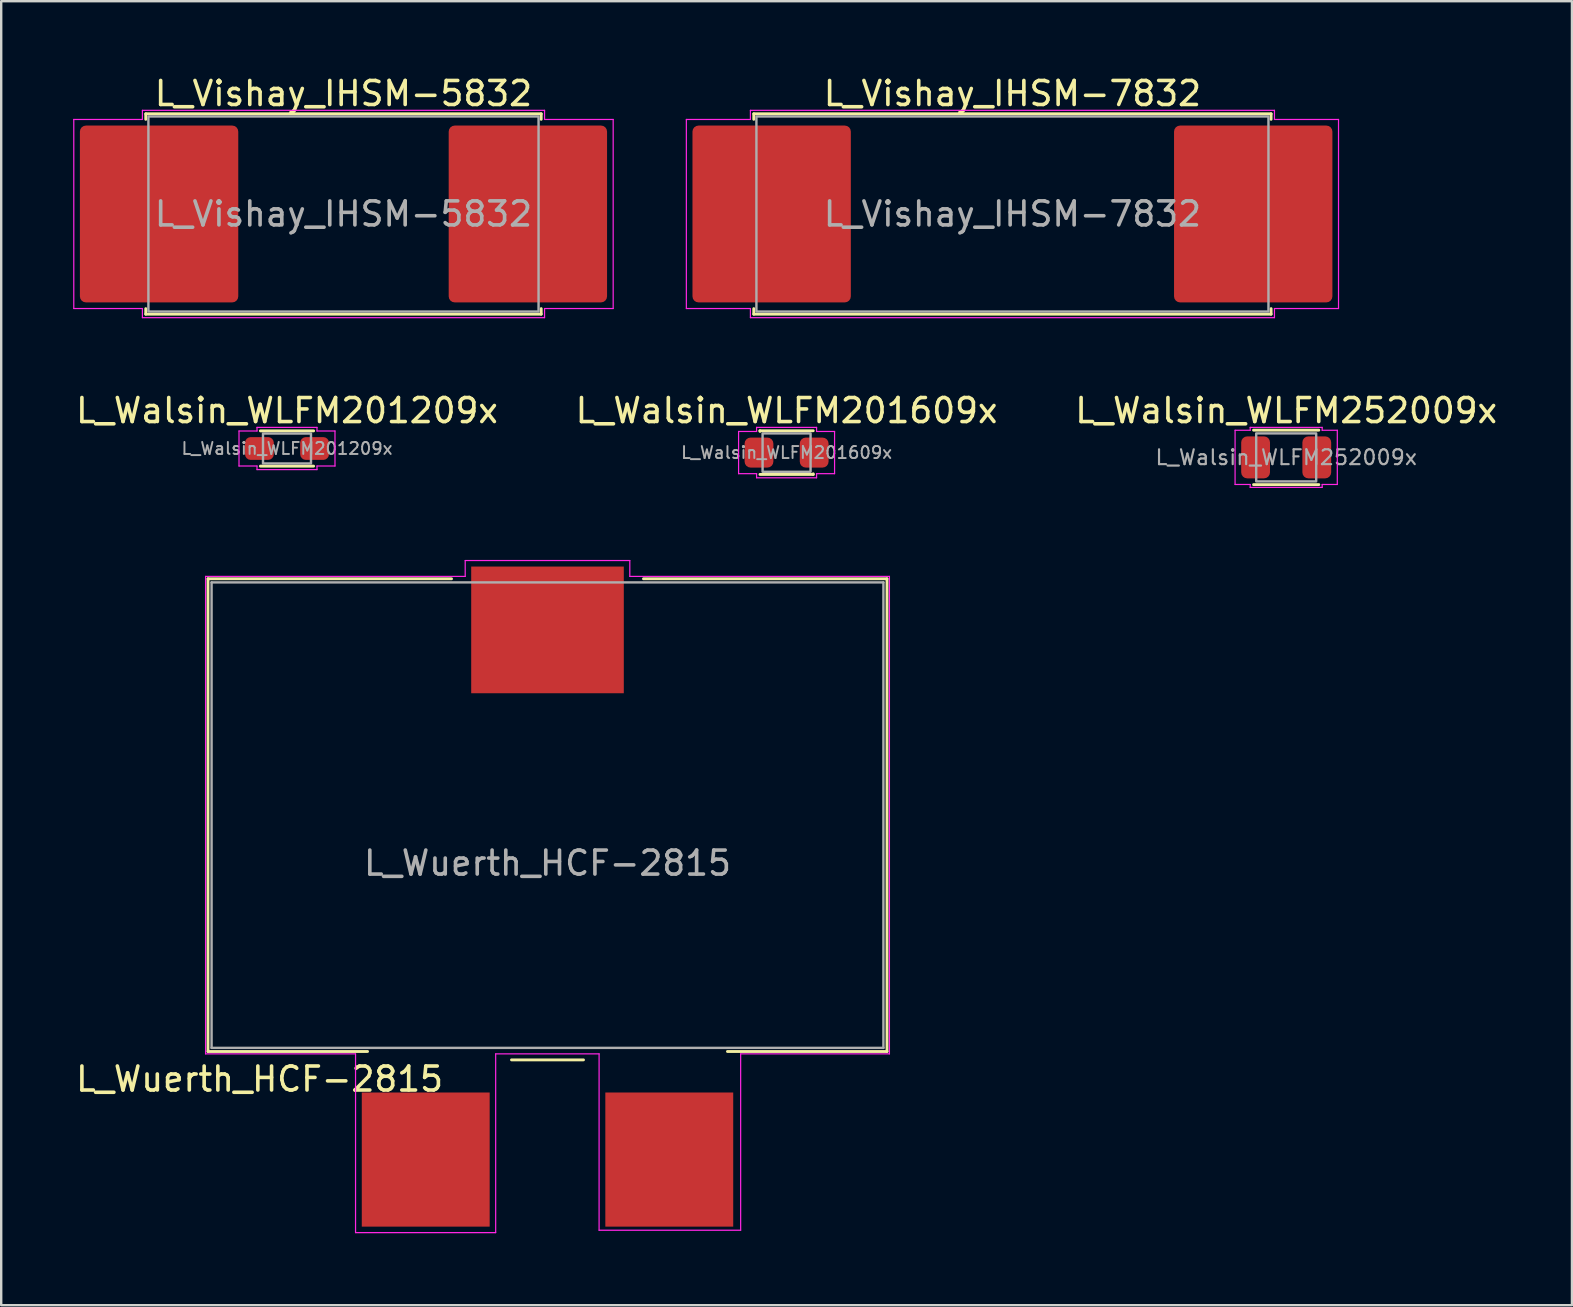
<source format=kicad_pcb>
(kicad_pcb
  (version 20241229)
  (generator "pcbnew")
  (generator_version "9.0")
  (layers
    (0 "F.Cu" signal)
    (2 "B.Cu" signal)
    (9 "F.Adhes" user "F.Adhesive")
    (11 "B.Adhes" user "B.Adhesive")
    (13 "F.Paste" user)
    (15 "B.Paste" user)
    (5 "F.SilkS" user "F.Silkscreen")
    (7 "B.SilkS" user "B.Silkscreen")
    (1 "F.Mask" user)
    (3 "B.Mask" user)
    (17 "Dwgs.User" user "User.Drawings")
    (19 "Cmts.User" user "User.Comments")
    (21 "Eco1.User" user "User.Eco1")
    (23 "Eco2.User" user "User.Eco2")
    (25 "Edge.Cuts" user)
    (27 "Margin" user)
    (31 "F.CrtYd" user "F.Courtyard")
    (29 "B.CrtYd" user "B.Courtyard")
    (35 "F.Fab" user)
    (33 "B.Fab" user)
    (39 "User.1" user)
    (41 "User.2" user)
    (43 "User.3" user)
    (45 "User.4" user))
  (footprint "L_Walsin_WLFM252009x"
    (layer "F.Cu")
    (at 50.554 16.012)
    (property "Reference" "L_Walsin_WLFM252009x" (at 0 -1.95 0) (layer "F.SilkS") (effects (font (size 1 1) (thickness 0.15))))
    (attr smd)
    (fp_line (start -1.36 -1.135) (end 1.36 -1.135) (stroke (width 0.12) (type solid)) (layer "F.SilkS"))
    (fp_line (start 1.36 1.135) (end -1.36 1.135) (stroke (width 0.12) (type solid)) (layer "F.SilkS"))
    (fp_line (start -2.13 -1.13) (end -1.5 -1.13) (stroke (width 0.05) (type solid)) (layer "F.CrtYd"))
    (fp_line (start -2.13 1.13) (end -2.13 -1.13) (stroke (width 0.05) (type solid)) (layer "F.CrtYd"))
    (fp_line (start -1.5 -1.25) (end 1.5 -1.25) (stroke (width 0.05) (type solid)) (layer "F.CrtYd"))
    (fp_line (start -1.5 -1.13) (end -1.5 -1.25) (stroke (width 0.05) (type solid)) (layer "F.CrtYd"))
    (fp_line (start -1.5 1.13) (end -2.13 1.13) (stroke (width 0.05) (type solid)) (layer "F.CrtYd"))
    (fp_line (start -1.5 1.25) (end -1.5 1.13) (stroke (width 0.05) (type solid)) (layer "F.CrtYd"))
    (fp_line (start 1.5 -1.25) (end 1.5 -1.13) (stroke (width 0.05) (type solid)) (layer "F.CrtYd"))
    (fp_line (start 1.5 -1.13) (end 2.13 -1.13) (stroke (width 0.05) (type solid)) (layer "F.CrtYd"))
    (fp_line (start 1.5 1.13) (end 1.5 1.25) (stroke (width 0.05) (type solid)) (layer "F.CrtYd"))
    (fp_line (start 1.5 1.25) (end -1.5 1.25) (stroke (width 0.05) (type solid)) (layer "F.CrtYd"))
    (fp_line (start 2.13 -1.13) (end 2.13 1.13) (stroke (width 0.05) (type solid)) (layer "F.CrtYd"))
    (fp_line (start 2.13 1.13) (end 1.5 1.13) (stroke (width 0.05) (type solid)) (layer "F.CrtYd"))
    (fp_rect (start -1.25 -1) (end 1.25 1) (stroke (width 0.1) (type solid)) (fill no) (layer "F.Fab"))
    (fp_text user "${REFERENCE}" (at 0 0 0) (layer "F.Fab") (effects (font (size 0.62 0.62) (thickness 0.09))))
    (pad "1" smd roundrect (at -1.275 0) (size 1.2 1.75) (layers "F.Cu" "F.Mask" "F.Paste") (roundrect_rratio 0.208))
    (pad "2" smd roundrect (at 1.275 0) (size 1.2 1.75) (layers "F.Cu" "F.Mask" "F.Paste") (roundrect_rratio 0.208)))
  (footprint "L_Vishay_IHSM-5832"
    (layer "F.Cu")
    (at 11.265 5.868)
    (property "Reference" "L_Vishay_IHSM-5832" (at 0 -5.02 0) (layer "F.SilkS") (effects (font (size 1 1) (thickness 0.15))))
    (attr smd)
    (fp_line (start -8.24 -4.175) (end 8.24 -4.175) (stroke (width 0.12) (type solid)) (layer "F.SilkS"))
    (fp_line (start -8.24 -3.945) (end -8.24 -4.175) (stroke (width 0.12) (type solid)) (layer "F.SilkS"))
    (fp_line (start -8.24 4.175) (end -8.24 3.945) (stroke (width 0.12) (type solid)) (layer "F.SilkS"))
    (fp_line (start 8.24 -4.175) (end 8.24 -3.945) (stroke (width 0.12) (type solid)) (layer "F.SilkS"))
    (fp_line (start 8.24 3.945) (end 8.24 4.175) (stroke (width 0.12) (type solid)) (layer "F.SilkS"))
    (fp_line (start 8.24 4.175) (end -8.24 4.175) (stroke (width 0.12) (type solid)) (layer "F.SilkS"))
    (fp_line (start -11.24 -3.94) (end -8.38 -3.94) (stroke (width 0.05) (type solid)) (layer "F.CrtYd"))
    (fp_line (start -11.24 3.94) (end -11.24 -3.94) (stroke (width 0.05) (type solid)) (layer "F.CrtYd"))
    (fp_line (start -8.38 -4.32) (end 8.38 -4.32) (stroke (width 0.05) (type solid)) (layer "F.CrtYd"))
    (fp_line (start -8.38 -3.94) (end -8.38 -4.32) (stroke (width 0.05) (type solid)) (layer "F.CrtYd"))
    (fp_line (start -8.38 3.94) (end -11.24 3.94) (stroke (width 0.05) (type solid)) (layer "F.CrtYd"))
    (fp_line (start -8.38 4.32) (end -8.38 3.94) (stroke (width 0.05) (type solid)) (layer "F.CrtYd"))
    (fp_line (start 8.38 -4.32) (end 8.38 -3.94) (stroke (width 0.05) (type solid)) (layer "F.CrtYd"))
    (fp_line (start 8.38 -3.94) (end 11.24 -3.94) (stroke (width 0.05) (type solid)) (layer "F.CrtYd"))
    (fp_line (start 8.38 3.94) (end 8.38 4.32) (stroke (width 0.05) (type solid)) (layer "F.CrtYd"))
    (fp_line (start 8.38 4.32) (end -8.38 4.32) (stroke (width 0.05) (type solid)) (layer "F.CrtYd"))
    (fp_line (start 11.24 -3.94) (end 11.24 3.94) (stroke (width 0.05) (type solid)) (layer "F.CrtYd"))
    (fp_line (start 11.24 3.94) (end 8.38 3.94) (stroke (width 0.05) (type solid)) (layer "F.CrtYd"))
    (fp_rect (start -8.13 -4.065) (end 8.13 4.065) (stroke (width 0.1) (type solid)) (fill no) (layer "F.Fab"))
    (fp_text user "${REFERENCE}" (at 0 0 0) (layer "F.Fab") (effects (font (size 1 1) (thickness 0.15))))
    (pad "1" smd roundrect (at -7.685 0) (size 6.6 7.37) (layers "F.Cu" "F.Mask" "F.Paste") (roundrect_rratio 0.038))
    (pad "2" smd roundrect (at 7.685 0) (size 6.6 7.37) (layers "F.Cu" "F.Mask" "F.Paste") (roundrect_rratio 0.038)))
  (footprint "L_Walsin_WLFM201609x"
    (layer "F.Cu")
    (at 29.732 15.812)
    (property "Reference" "L_Walsin_WLFM201609x" (at 0 -1.75 0) (layer "F.SilkS") (effects (font (size 1 1) (thickness 0.15))))
    (attr smd)
    (fp_line (start -1.11 -0.91) (end 1.11 -0.91) (stroke (width 0.12) (type solid)) (layer "F.SilkS"))
    (fp_line (start -1.11 -0.885) (end -1.11 -0.91) (stroke (width 0.12) (type solid)) (layer "F.SilkS"))
    (fp_line (start 1.11 0.885) (end 1.11 0.91) (stroke (width 0.12) (type solid)) (layer "F.SilkS"))
    (fp_line (start 1.11 0.91) (end -1.11 0.91) (stroke (width 0.12) (type solid)) (layer "F.SilkS"))
    (fp_line (start -2 -0.88) (end -1.25 -0.88) (stroke (width 0.05) (type solid)) (layer "F.CrtYd"))
    (fp_line (start -2 0.88) (end -2 -0.88) (stroke (width 0.05) (type solid)) (layer "F.CrtYd"))
    (fp_line (start -1.25 -1.05) (end 1.25 -1.05) (stroke (width 0.05) (type solid)) (layer "F.CrtYd"))
    (fp_line (start -1.25 -0.88) (end -1.25 -1.05) (stroke (width 0.05) (type solid)) (layer "F.CrtYd"))
    (fp_line (start -1.25 0.88) (end -2 0.88) (stroke (width 0.05) (type solid)) (layer "F.CrtYd"))
    (fp_line (start -1.25 1.05) (end -1.25 0.88) (stroke (width 0.05) (type solid)) (layer "F.CrtYd"))
    (fp_line (start 1.25 -1.05) (end 1.25 -0.88) (stroke (width 0.05) (type solid)) (layer "F.CrtYd"))
    (fp_line (start 1.25 -0.88) (end 2 -0.88) (stroke (width 0.05) (type solid)) (layer "F.CrtYd"))
    (fp_line (start 1.25 0.88) (end 1.25 1.05) (stroke (width 0.05) (type solid)) (layer "F.CrtYd"))
    (fp_line (start 1.25 1.05) (end -1.25 1.05) (stroke (width 0.05) (type solid)) (layer "F.CrtYd"))
    (fp_line (start 2 -0.88) (end 2 0.88) (stroke (width 0.05) (type solid)) (layer "F.CrtYd"))
    (fp_line (start 2 0.88) (end 1.25 0.88) (stroke (width 0.05) (type solid)) (layer "F.CrtYd"))
    (fp_rect (start -1 -0.8) (end 1 0.8) (stroke (width 0.1) (type solid)) (fill no) (layer "F.Fab"))
    (fp_text user "${REFERENCE}" (at 0 0 0) (layer "F.Fab") (effects (font (size 0.5 0.5) (thickness 0.08))))
    (pad "1" smd roundrect (at -1.15 0) (size 1.2 1.25) (layers "F.Cu" "F.Mask" "F.Paste") (roundrect_rratio 0.208))
    (pad "2" smd roundrect (at 1.15 0) (size 1.2 1.25) (layers "F.Cu" "F.Mask" "F.Paste") (roundrect_rratio 0.208)))
  (footprint "L_Wuerth_HCF-2815"
    (layer "F.Cu")
    (at 19.768 30.922)
    (property "Reference" "L_Wuerth_HCF-2815" (at -12 11 0) (layer "F.SilkS") (effects (font (size 1 1) (thickness 0.15))))
    (attr smd)
    (fp_line (start -14.15 -9.85) (end -4 -9.85) (stroke (width 0.12) (type solid)) (layer "F.SilkS"))
    (fp_line (start -14.15 9.85) (end -14.15 -9.85) (stroke (width 0.12) (type solid)) (layer "F.SilkS"))
    (fp_line (start -7.5 9.85) (end -14.15 9.85) (stroke (width 0.12) (type solid)) (layer "F.SilkS"))
    (fp_line (start 1.5 10.2) (end -1.5 10.2) (stroke (width 0.12) (type solid)) (layer "F.SilkS"))
    (fp_line (start 4 -9.85) (end 14.15 -9.85) (stroke (width 0.12) (type solid)) (layer "F.SilkS"))
    (fp_line (start 14.15 -9.85) (end 14.15 9.85) (stroke (width 0.12) (type solid)) (layer "F.SilkS"))
    (fp_line (start 14.15 9.85) (end 7.5 9.85) (stroke (width 0.12) (type solid)) (layer "F.SilkS"))
    (fp_line (start -14.25 -9.95) (end -3.43 -9.95) (stroke (width 0.05) (type solid)) (layer "F.CrtYd"))
    (fp_line (start -14.25 9.95) (end -14.25 -9.95) (stroke (width 0.05) (type solid)) (layer "F.CrtYd"))
    (fp_line (start -8 9.95) (end -14.25 9.95) (stroke (width 0.05) (type solid)) (layer "F.CrtYd"))
    (fp_line (start -8 17.4) (end -8 9.95) (stroke (width 0.05) (type solid)) (layer "F.CrtYd"))
    (fp_line (start -3.43 -10.61) (end 3.43 -10.61) (stroke (width 0.05) (type solid)) (layer "F.CrtYd"))
    (fp_line (start -3.43 -9.95) (end -3.43 -10.61) (stroke (width 0.05) (type solid)) (layer "F.CrtYd"))
    (fp_line (start -2.16 9.95) (end -2.16 17.4) (stroke (width 0.05) (type solid)) (layer "F.CrtYd"))
    (fp_line (start -2.16 17.4) (end -8 17.4) (stroke (width 0.05) (type solid)) (layer "F.CrtYd"))
    (fp_line (start 2.15 9.95) (end -2.16 9.95) (stroke (width 0.05) (type solid)) (layer "F.CrtYd"))
    (fp_line (start 2.15 17.3) (end 2.15 9.95) (stroke (width 0.05) (type solid)) (layer "F.CrtYd"))
    (fp_line (start 3.43 -10.61) (end 3.43 -9.95) (stroke (width 0.05) (type solid)) (layer "F.CrtYd"))
    (fp_line (start 3.43 -9.95) (end 14.25 -9.95) (stroke (width 0.05) (type solid)) (layer "F.CrtYd"))
    (fp_line (start 8.05 9.95) (end 8.05 17.3) (stroke (width 0.05) (type solid)) (layer "F.CrtYd"))
    (fp_line (start 8.05 17.3) (end 2.15 17.3) (stroke (width 0.05) (type solid)) (layer "F.CrtYd"))
    (fp_line (start 14.25 -9.95) (end 14.25 9.95) (stroke (width 0.05) (type solid)) (layer "F.CrtYd"))
    (fp_line (start 14.25 9.95) (end 8.05 9.95) (stroke (width 0.05) (type solid)) (layer "F.CrtYd"))
    (fp_line (start -14 -9.7) (end 14 -9.7) (stroke (width 0.1) (type solid)) (layer "F.Fab"))
    (fp_line (start -14 9.7) (end -14 -9.7) (stroke (width 0.1) (type solid)) (layer "F.Fab"))
    (fp_line (start 14 -9.7) (end 14 9.7) (stroke (width 0.1) (type solid)) (layer "F.Fab"))
    (fp_line (start 14 9.7) (end -14 9.7) (stroke (width 0.1) (type solid)) (layer "F.Fab"))
    (fp_text user "${REFERENCE}" (at 0 2 0) (layer "F.Fab") (effects (font (size 1 1) (thickness 0.15))))
    (pad "" smd rect (at 0 -7.72) (size 6.36 5.28) (layers "F.Cu" "F.Mask" "F.Paste"))
    (pad "1" smd rect (at -5.075 14.355) (size 5.33 5.59) (layers "F.Cu" "F.Mask" "F.Paste"))
    (pad "2" smd rect (at 5.075 14.355) (size 5.33 5.59) (layers "F.Cu" "F.Mask" "F.Paste")))
  (footprint "L_Vishay_IHSM-7832"
    (layer "F.Cu")
    (at 39.145 5.868)
    (property "Reference" "L_Vishay_IHSM-7832" (at 0 -5.02 0) (layer "F.SilkS") (effects (font (size 1 1) (thickness 0.15))))
    (attr smd)
    (fp_line (start -10.78 -4.175) (end 10.78 -4.175) (stroke (width 0.12) (type solid)) (layer "F.SilkS"))
    (fp_line (start -10.78 -3.945) (end -10.78 -4.175) (stroke (width 0.12) (type solid)) (layer "F.SilkS"))
    (fp_line (start -10.78 4.175) (end -10.78 3.945) (stroke (width 0.12) (type solid)) (layer "F.SilkS"))
    (fp_line (start 10.78 -4.175) (end 10.78 -3.945) (stroke (width 0.12) (type solid)) (layer "F.SilkS"))
    (fp_line (start 10.78 3.945) (end 10.78 4.175) (stroke (width 0.12) (type solid)) (layer "F.SilkS"))
    (fp_line (start 10.78 4.175) (end -10.78 4.175) (stroke (width 0.12) (type solid)) (layer "F.SilkS"))
    (fp_line (start -13.59 -3.94) (end -10.92 -3.94) (stroke (width 0.05) (type solid)) (layer "F.CrtYd"))
    (fp_line (start -13.59 3.94) (end -13.59 -3.94) (stroke (width 0.05) (type solid)) (layer "F.CrtYd"))
    (fp_line (start -10.92 -4.32) (end 10.92 -4.32) (stroke (width 0.05) (type solid)) (layer "F.CrtYd"))
    (fp_line (start -10.92 -3.94) (end -10.92 -4.32) (stroke (width 0.05) (type solid)) (layer "F.CrtYd"))
    (fp_line (start -10.92 3.94) (end -13.59 3.94) (stroke (width 0.05) (type solid)) (layer "F.CrtYd"))
    (fp_line (start -10.92 4.32) (end -10.92 3.94) (stroke (width 0.05) (type solid)) (layer "F.CrtYd"))
    (fp_line (start 10.92 -4.32) (end 10.92 -3.94) (stroke (width 0.05) (type solid)) (layer "F.CrtYd"))
    (fp_line (start 10.92 -3.94) (end 13.59 -3.94) (stroke (width 0.05) (type solid)) (layer "F.CrtYd"))
    (fp_line (start 10.92 3.94) (end 10.92 4.32) (stroke (width 0.05) (type solid)) (layer "F.CrtYd"))
    (fp_line (start 10.92 4.32) (end -10.92 4.32) (stroke (width 0.05) (type solid)) (layer "F.CrtYd"))
    (fp_line (start 13.59 -3.94) (end 13.59 3.94) (stroke (width 0.05) (type solid)) (layer "F.CrtYd"))
    (fp_line (start 13.59 3.94) (end 10.92 3.94) (stroke (width 0.05) (type solid)) (layer "F.CrtYd"))
    (fp_rect (start -10.67 -4.065) (end 10.67 4.065) (stroke (width 0.1) (type solid)) (fill no) (layer "F.Fab"))
    (fp_text user "${REFERENCE}" (at 0 0 0) (layer "F.Fab") (effects (font (size 1 1) (thickness 0.15))))
    (pad "1" smd roundrect (at -10.035 0) (size 6.6 7.37) (layers "F.Cu" "F.Mask" "F.Paste") (roundrect_rratio 0.038))
    (pad "2" smd roundrect (at 10.035 0) (size 6.6 7.37) (layers "F.Cu" "F.Mask" "F.Paste") (roundrect_rratio 0.038)))
  (footprint "L_Walsin_WLFM201209x"
    (layer "F.Cu")
    (at 8.911 15.642)
    (property "Reference" "L_Walsin_WLFM201209x" (at 0 -1.58 0) (layer "F.SilkS") (effects (font (size 1 1) (thickness 0.15))))
    (attr smd)
    (fp_line (start -1.11 -0.735) (end 1.11 -0.735) (stroke (width 0.12) (type solid)) (layer "F.SilkS"))
    (fp_line (start 1.11 0.735) (end -1.11 0.735) (stroke (width 0.12) (type solid)) (layer "F.SilkS"))
    (fp_line (start -2 -0.73) (end -1.25 -0.73) (stroke (width 0.05) (type solid)) (layer "F.CrtYd"))
    (fp_line (start -2 0.73) (end -2 -0.73) (stroke (width 0.05) (type solid)) (layer "F.CrtYd"))
    (fp_line (start -1.25 -0.88) (end 1.25 -0.88) (stroke (width 0.05) (type solid)) (layer "F.CrtYd"))
    (fp_line (start -1.25 -0.73) (end -1.25 -0.88) (stroke (width 0.05) (type solid)) (layer "F.CrtYd"))
    (fp_line (start -1.25 0.73) (end -2 0.73) (stroke (width 0.05) (type solid)) (layer "F.CrtYd"))
    (fp_line (start -1.25 0.88) (end -1.25 0.73) (stroke (width 0.05) (type solid)) (layer "F.CrtYd"))
    (fp_line (start 1.25 -0.88) (end 1.25 -0.73) (stroke (width 0.05) (type solid)) (layer "F.CrtYd"))
    (fp_line (start 1.25 -0.73) (end 2 -0.73) (stroke (width 0.05) (type solid)) (layer "F.CrtYd"))
    (fp_line (start 1.25 0.73) (end 1.25 0.88) (stroke (width 0.05) (type solid)) (layer "F.CrtYd"))
    (fp_line (start 1.25 0.88) (end -1.25 0.88) (stroke (width 0.05) (type solid)) (layer "F.CrtYd"))
    (fp_line (start 2 -0.73) (end 2 0.73) (stroke (width 0.05) (type solid)) (layer "F.CrtYd"))
    (fp_line (start 2 0.73) (end 1.25 0.73) (stroke (width 0.05) (type solid)) (layer "F.CrtYd"))
    (fp_rect (start -1 -0.625) (end 1 0.625) (stroke (width 0.1) (type solid)) (fill no) (layer "F.Fab"))
    (fp_text user "${REFERENCE}" (at 0 0 0) (layer "F.Fab") (effects (font (size 0.5 0.5) (thickness 0.08))))
    (pad "1" smd roundrect (at -1.15 0) (size 1.2 0.95) (layers "F.Cu" "F.Mask" "F.Paste") (roundrect_rratio 0.25))
    (pad "2" smd roundrect (at 1.15 0) (size 1.2 0.95) (layers "F.Cu" "F.Mask" "F.Paste") (roundrect_rratio 0.25)))
  (gr_rect
    (start -3 -3)
    (end 62.464 51.346)
    (stroke (width 0.1) (type default))
    (fill no)
    (layer "Edge.Cuts")))
</source>
